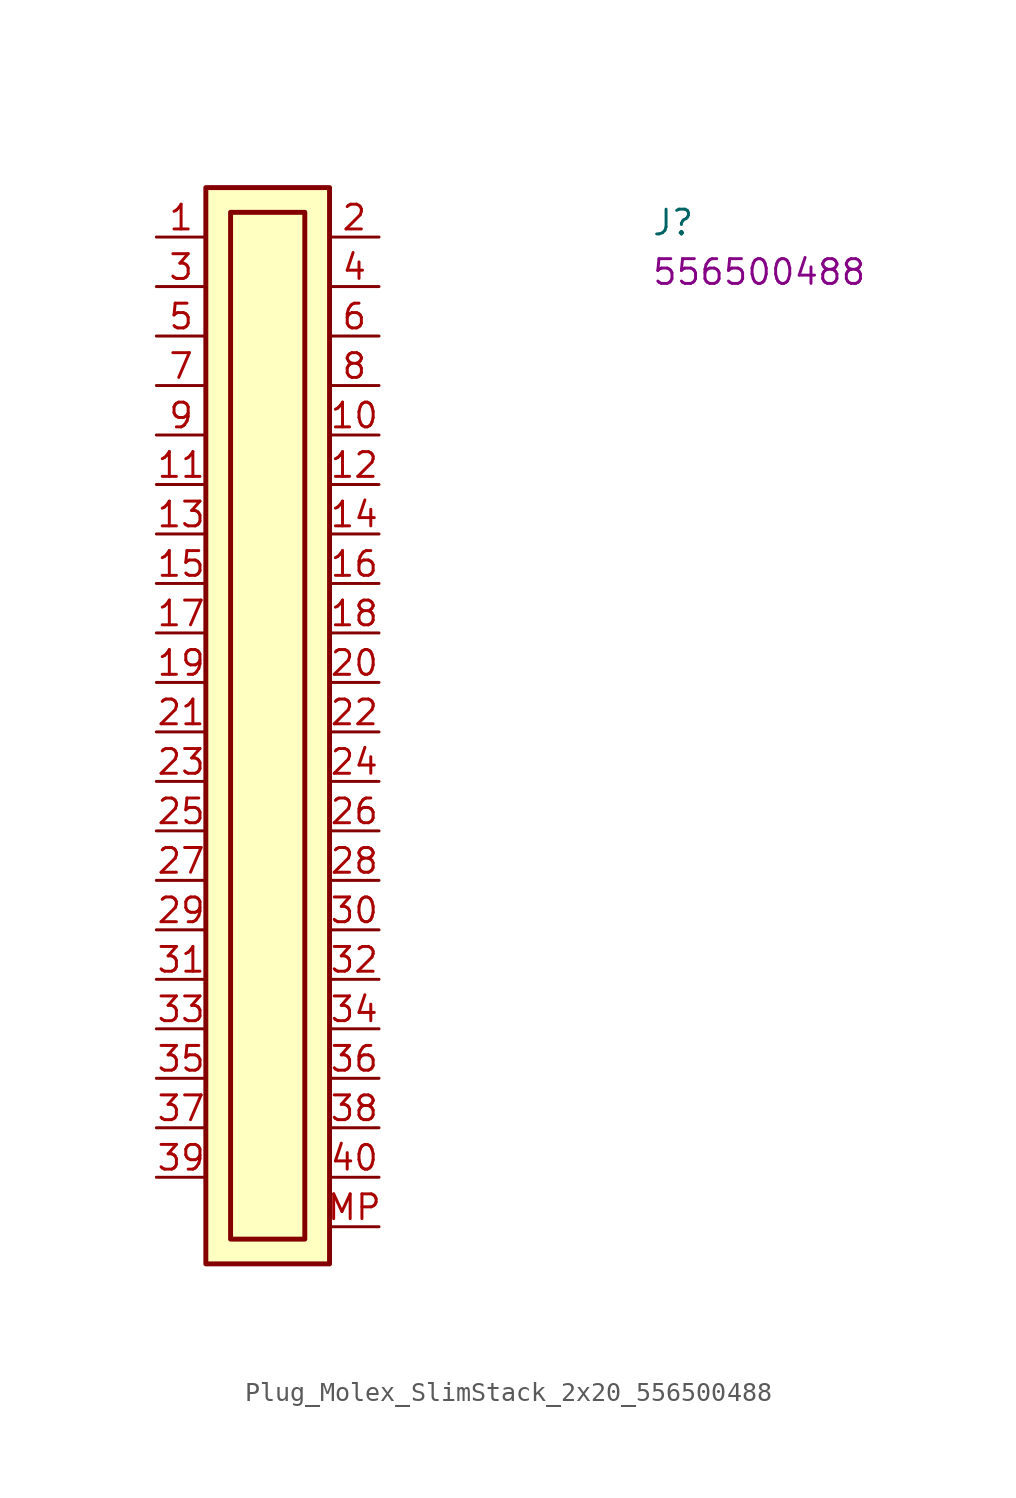
<source format=kicad_sym>
(kicad_symbol_lib
  (version 20220914)
  (generator kicad_symbol_editor)
  (symbol "Plug_Molex_SlimStack_2x20_556500488"
    (property "Reference" "J"
      (at 25.4 0 0)
      (effects (font (size 1.27 1.27) (thickness 0.15)) (justify left bottom)))
    (property "MPN" "556500488"
      (at 25.4 -2.54 0)
      (effects (font (size 1.27 1.27) (thickness 0.15)) (justify left bottom)))
    (symbol "Plug_Molex_SlimStack_2x20_556500488_1_1"
      (rectangle (start 2.54 2.54) (end 8.89 -52.705) (stroke (width 0.254) (type default)) (fill (type background)))
      (rectangle (start 3.81 1.27) (end 7.62 -51.435) (stroke (width 0.254) (type default)) (fill (type background)))
      (pin passive line (at 0 0 0) (length 2.54) (name "~" (effects (font (size 1.27 1.27)))) (number "1" (effects (font (size 1.27 1.27)))))
      (pin passive line (at 11.43 -10.16 180) (length 2.54) (name "~" (effects (font (size 1.27 1.27)))) (number "10" (effects (font (size 1.27 1.27)))))
      (pin passive line (at 0 -12.7 0) (length 2.54) (name "~" (effects (font (size 1.27 1.27)))) (number "11" (effects (font (size 1.27 1.27)))))
      (pin passive line (at 11.43 -12.7 180) (length 2.54) (name "~" (effects (font (size 1.27 1.27)))) (number "12" (effects (font (size 1.27 1.27)))))
      (pin passive line (at 0 -15.24 0) (length 2.54) (name "~" (effects (font (size 1.27 1.27)))) (number "13" (effects (font (size 1.27 1.27)))))
      (pin passive line (at 11.43 -15.24 180) (length 2.54) (name "~" (effects (font (size 1.27 1.27)))) (number "14" (effects (font (size 1.27 1.27)))))
      (pin passive line (at 0 -17.78 0) (length 2.54) (name "~" (effects (font (size 1.27 1.27)))) (number "15" (effects (font (size 1.27 1.27)))))
      (pin passive line (at 11.43 -17.78 180) (length 2.54) (name "~" (effects (font (size 1.27 1.27)))) (number "16" (effects (font (size 1.27 1.27)))))
      (pin passive line (at 0 -20.32 0) (length 2.54) (name "~" (effects (font (size 1.27 1.27)))) (number "17" (effects (font (size 1.27 1.27)))))
      (pin passive line (at 11.43 -20.32 180) (length 2.54) (name "~" (effects (font (size 1.27 1.27)))) (number "18" (effects (font (size 1.27 1.27)))))
      (pin passive line (at 0 -22.86 0) (length 2.54) (name "~" (effects (font (size 1.27 1.27)))) (number "19" (effects (font (size 1.27 1.27)))))
      (pin passive line (at 11.43 0 180) (length 2.54) (name "~" (effects (font (size 1.27 1.27)))) (number "2" (effects (font (size 1.27 1.27)))))
      (pin passive line (at 11.43 -22.86 180) (length 2.54) (name "~" (effects (font (size 1.27 1.27)))) (number "20" (effects (font (size 1.27 1.27)))))
      (pin passive line (at 0 -25.4 0) (length 2.54) (name "~" (effects (font (size 1.27 1.27)))) (number "21" (effects (font (size 1.27 1.27)))))
      (pin passive line (at 11.43 -25.4 180) (length 2.54) (name "~" (effects (font (size 1.27 1.27)))) (number "22" (effects (font (size 1.27 1.27)))))
      (pin passive line (at 0 -27.94 0) (length 2.54) (name "~" (effects (font (size 1.27 1.27)))) (number "23" (effects (font (size 1.27 1.27)))))
      (pin passive line (at 11.43 -27.94 180) (length 2.54) (name "~" (effects (font (size 1.27 1.27)))) (number "24" (effects (font (size 1.27 1.27)))))
      (pin passive line (at 0 -30.48 0) (length 2.54) (name "~" (effects (font (size 1.27 1.27)))) (number "25" (effects (font (size 1.27 1.27)))))
      (pin passive line (at 11.43 -30.48 180) (length 2.54) (name "~" (effects (font (size 1.27 1.27)))) (number "26" (effects (font (size 1.27 1.27)))))
      (pin passive line (at 0 -33.02 0) (length 2.54) (name "~" (effects (font (size 1.27 1.27)))) (number "27" (effects (font (size 1.27 1.27)))))
      (pin passive line (at 11.43 -33.02 180) (length 2.54) (name "~" (effects (font (size 1.27 1.27)))) (number "28" (effects (font (size 1.27 1.27)))))
      (pin passive line (at 0 -35.56 0) (length 2.54) (name "~" (effects (font (size 1.27 1.27)))) (number "29" (effects (font (size 1.27 1.27)))))
      (pin passive line (at 0 -2.54 0) (length 2.54) (name "~" (effects (font (size 1.27 1.27)))) (number "3" (effects (font (size 1.27 1.27)))))
      (pin passive line (at 11.43 -35.56 180) (length 2.54) (name "~" (effects (font (size 1.27 1.27)))) (number "30" (effects (font (size 1.27 1.27)))))
      (pin passive line (at 0 -38.1 0) (length 2.54) (name "~" (effects (font (size 1.27 1.27)))) (number "31" (effects (font (size 1.27 1.27)))))
      (pin passive line (at 11.43 -38.1 180) (length 2.54) (name "~" (effects (font (size 1.27 1.27)))) (number "32" (effects (font (size 1.27 1.27)))))
      (pin passive line (at 0 -40.64 0) (length 2.54) (name "~" (effects (font (size 1.27 1.27)))) (number "33" (effects (font (size 1.27 1.27)))))
      (pin passive line (at 11.43 -40.64 180) (length 2.54) (name "~" (effects (font (size 1.27 1.27)))) (number "34" (effects (font (size 1.27 1.27)))))
      (pin passive line (at 0 -43.18 0) (length 2.54) (name "~" (effects (font (size 1.27 1.27)))) (number "35" (effects (font (size 1.27 1.27)))))
      (pin passive line (at 11.43 -43.18 180) (length 2.54) (name "~" (effects (font (size 1.27 1.27)))) (number "36" (effects (font (size 1.27 1.27)))))
      (pin passive line (at 0 -45.72 0) (length 2.54) (name "~" (effects (font (size 1.27 1.27)))) (number "37" (effects (font (size 1.27 1.27)))))
      (pin passive line (at 11.43 -45.72 180) (length 2.54) (name "~" (effects (font (size 1.27 1.27)))) (number "38" (effects (font (size 1.27 1.27)))))
      (pin passive line (at 0 -48.26 0) (length 2.54) (name "~" (effects (font (size 1.27 1.27)))) (number "39" (effects (font (size 1.27 1.27)))))
      (pin passive line (at 11.43 -2.54 180) (length 2.54) (name "~" (effects (font (size 1.27 1.27)))) (number "4" (effects (font (size 1.27 1.27)))))
      (pin passive line (at 11.43 -48.26 180) (length 2.54) (name "~" (effects (font (size 1.27 1.27)))) (number "40" (effects (font (size 1.27 1.27)))))
      (pin passive line (at 0 -5.08 0) (length 2.54) (name "~" (effects (font (size 1.27 1.27)))) (number "5" (effects (font (size 1.27 1.27)))))
      (pin passive line (at 11.43 -5.08 180) (length 2.54) (name "~" (effects (font (size 1.27 1.27)))) (number "6" (effects (font (size 1.27 1.27)))))
      (pin passive line (at 0 -7.62 0) (length 2.54) (name "~" (effects (font (size 1.27 1.27)))) (number "7" (effects (font (size 1.27 1.27)))))
      (pin passive line (at 11.43 -7.62 180) (length 2.54) (name "~" (effects (font (size 1.27 1.27)))) (number "8" (effects (font (size 1.27 1.27)))))
      (pin passive line (at 0 -10.16 0) (length 2.54) (name "~" (effects (font (size 1.27 1.27)))) (number "9" (effects (font (size 1.27 1.27)))))
      (pin passive line (at 11.43 -50.8 180) (length 2.54) (name "~" (effects (font (size 1.27 1.27)))) (number "MP" (effects (font (size 1.27 1.27))))))))
</source>
